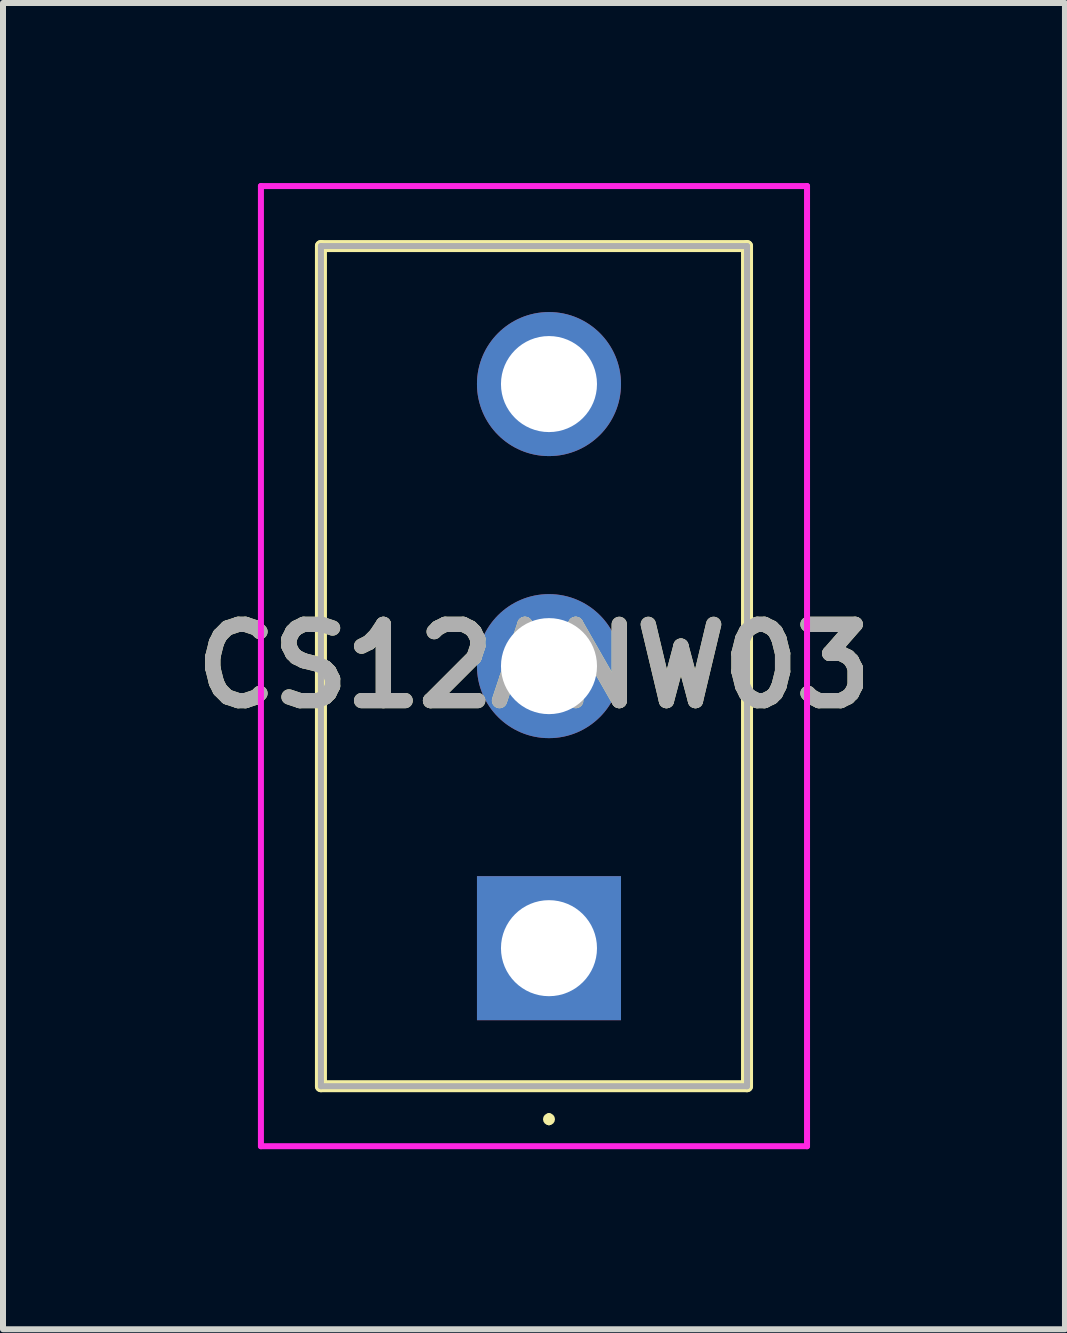
<source format=kicad_pcb>
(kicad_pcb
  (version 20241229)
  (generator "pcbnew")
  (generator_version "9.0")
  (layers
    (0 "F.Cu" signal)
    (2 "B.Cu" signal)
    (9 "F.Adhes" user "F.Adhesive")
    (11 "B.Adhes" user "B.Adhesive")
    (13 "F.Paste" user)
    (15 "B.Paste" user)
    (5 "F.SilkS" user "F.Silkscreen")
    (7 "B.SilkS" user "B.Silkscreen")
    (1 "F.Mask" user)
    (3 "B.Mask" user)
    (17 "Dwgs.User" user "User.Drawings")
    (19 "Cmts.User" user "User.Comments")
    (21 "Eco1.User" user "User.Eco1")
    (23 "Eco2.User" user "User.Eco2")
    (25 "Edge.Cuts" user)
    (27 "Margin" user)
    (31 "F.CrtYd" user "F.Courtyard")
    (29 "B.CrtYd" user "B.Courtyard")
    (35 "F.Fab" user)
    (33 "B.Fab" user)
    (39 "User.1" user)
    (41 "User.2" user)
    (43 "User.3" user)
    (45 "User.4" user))
  (footprint "CS12ANW03"
    (layer "F.Cu")
    (at 6.098 12.75)
    (property "Reference" "CS12ANW03" (at -0.25 -4.7 0) (layer "F.SilkS") (effects (font (size 1.27 1.27) (thickness 0.254))))
    (attr through_hole)
    (fp_line (start -3.8 -11.7) (end 3.3 -11.7) (stroke (width 0.2) (type solid)) (layer "F.SilkS"))
    (fp_line (start -3.8 2.3) (end -3.8 -11.7) (stroke (width 0.2) (type solid)) (layer "F.SilkS"))
    (fp_line (start 0 2.8) (end 0 2.8) (stroke (width 0.1) (type solid)) (layer "F.SilkS"))
    (fp_line (start 0 2.9) (end 0 2.9) (stroke (width 0.1) (type solid)) (layer "F.SilkS"))
    (fp_line (start 3.3 -11.7) (end 3.3 2.3) (stroke (width 0.2) (type solid)) (layer "F.SilkS"))
    (fp_line (start 3.3 2.3) (end -3.8 2.3) (stroke (width 0.2) (type solid)) (layer "F.SilkS"))
    (fp_arc (start 0 2.8) (mid 0.05 2.85) (end 0 2.9) (stroke (width 0.1) (type solid)) (layer "F.SilkS"))
    (fp_arc (start 0 2.9) (mid -0.05 2.85) (end 0 2.8) (stroke (width 0.1) (type solid)) (layer "F.SilkS"))
    (fp_line (start -4.8 -12.7) (end 4.3 -12.7) (stroke (width 0.1) (type solid)) (layer "F.CrtYd"))
    (fp_line (start -4.8 3.3) (end -4.8 -12.7) (stroke (width 0.1) (type solid)) (layer "F.CrtYd"))
    (fp_line (start 4.3 -12.7) (end 4.3 3.3) (stroke (width 0.1) (type solid)) (layer "F.CrtYd"))
    (fp_line (start 4.3 3.3) (end -4.8 3.3) (stroke (width 0.1) (type solid)) (layer "F.CrtYd"))
    (fp_line (start -3.8 -11.7) (end 3.3 -11.7) (stroke (width 0.1) (type solid)) (layer "F.Fab"))
    (fp_line (start -3.8 2.3) (end -3.8 -11.7) (stroke (width 0.1) (type solid)) (layer "F.Fab"))
    (fp_line (start 3.3 -11.7) (end 3.3 2.3) (stroke (width 0.1) (type solid)) (layer "F.Fab"))
    (fp_line (start 3.3 2.3) (end -3.8 2.3) (stroke (width 0.1) (type solid)) (layer "F.Fab"))
    (fp_text user "${REFERENCE}" (at -0.25 -4.7 0) (layer "F.Fab") (effects (font (size 1.27 1.27) (thickness 0.254))))
    (pad "1" thru_hole rect (at 0 0) (size 2.4 2.4) (drill 1.6) (layers "*.Cu" "*.Mask"))
    (pad "2" thru_hole circle (at 0 -4.7) (size 2.4 2.4) (drill 1.6) (layers "*.Cu" "*.Mask"))
    (pad "3" thru_hole circle (at 0 -9.4) (size 2.4 2.4) (drill 1.6) (layers "*.Cu" "*.Mask")))
  (gr_rect
    (start -3 -3)
    (end 14.696 19.1)
    (stroke (width 0.1) (type default))
    (fill no)
    (layer "Edge.Cuts")))
</source>
